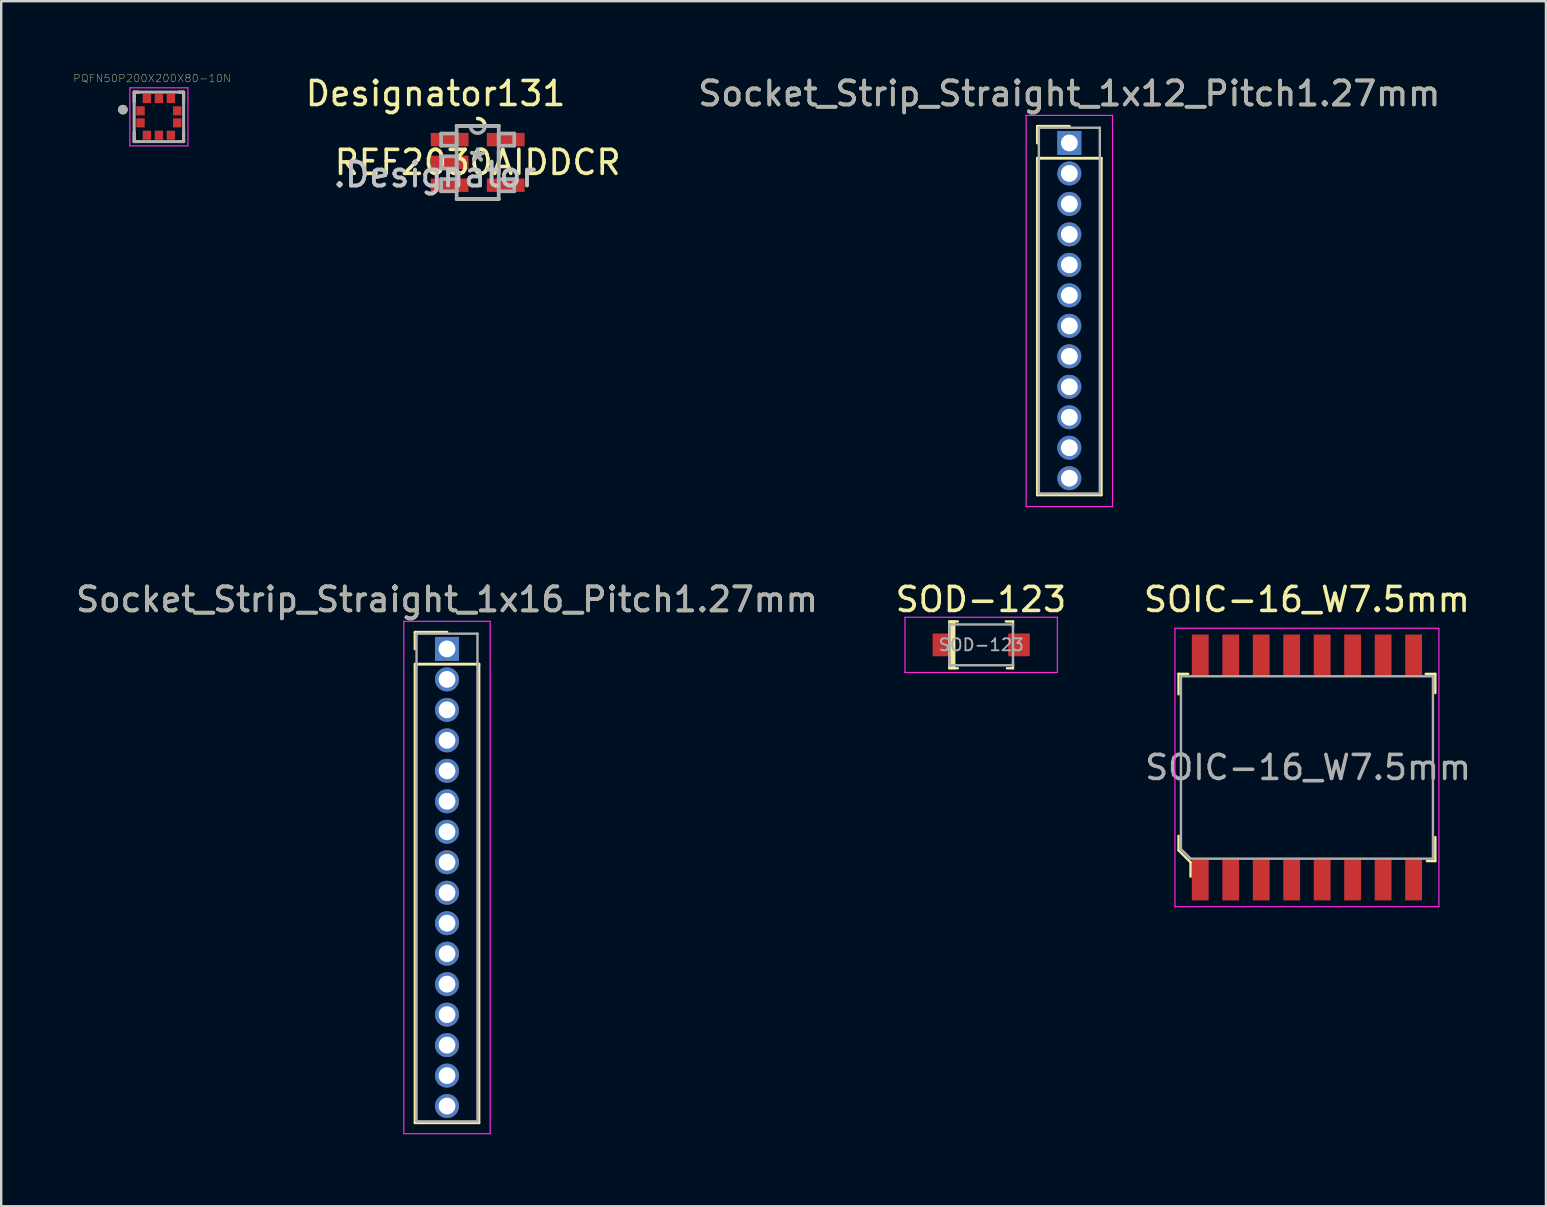
<source format=kicad_pcb>
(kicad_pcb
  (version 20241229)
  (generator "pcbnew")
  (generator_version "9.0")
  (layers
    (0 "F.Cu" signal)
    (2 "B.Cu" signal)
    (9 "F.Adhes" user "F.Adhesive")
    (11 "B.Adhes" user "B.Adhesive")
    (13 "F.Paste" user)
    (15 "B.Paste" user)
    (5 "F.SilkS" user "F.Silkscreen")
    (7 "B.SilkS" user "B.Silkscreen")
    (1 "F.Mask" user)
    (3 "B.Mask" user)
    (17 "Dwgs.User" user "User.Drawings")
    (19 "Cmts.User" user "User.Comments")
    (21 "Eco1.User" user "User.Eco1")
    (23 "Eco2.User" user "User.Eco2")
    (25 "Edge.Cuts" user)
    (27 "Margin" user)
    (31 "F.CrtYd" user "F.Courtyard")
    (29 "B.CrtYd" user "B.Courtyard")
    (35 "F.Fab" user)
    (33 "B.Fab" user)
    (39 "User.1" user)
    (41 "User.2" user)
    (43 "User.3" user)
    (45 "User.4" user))
  (footprint "SOD-123"
    (placed yes)
    (layer "F.Cu")
    (at 37.837 23.822)
    (property "Reference" "SOD-123" (at -0.01 -1.89 0) (layer "F.SilkS") (effects (font (size 1 1) (thickness 0.15))))
    (attr smd)
    (fp_line (start -1.325 -0.975) (end -1.325 0.975) (stroke (width 0.1) (type solid)) (layer "F.SilkS"))
    (fp_line (start -1.225 -0.975) (end -1.225 0.975) (stroke (width 0.1) (type solid)) (layer "F.SilkS"))
    (fp_line (start -1.125 -0.975) (end -1.125 0.975) (stroke (width 0.1) (type solid)) (layer "F.SilkS"))
    (fp_line (start -0.975 -0.975) (end -1.325 -0.975) (stroke (width 0.1) (type solid)) (layer "F.SilkS"))
    (fp_line (start -0.975 0.975) (end -1.325 0.975) (stroke (width 0.1) (type solid)) (layer "F.SilkS"))
    (fp_line (start 1.025 -0.975) (end 1.325 -0.975) (stroke (width 0.1) (type solid)) (layer "F.SilkS"))
    (fp_line (start 1.325 -0.975) (end 1.325 -0.75) (stroke (width 0.1) (type solid)) (layer "F.SilkS"))
    (fp_line (start 1.325 0.725) (end 1.325 0.975) (stroke (width 0.1) (type solid)) (layer "F.SilkS"))
    (fp_line (start 1.325 0.975) (end 1.075 0.975) (stroke (width 0.1) (type solid)) (layer "F.SilkS"))
    (fp_line (start -3.175 1.15) (end -3.175 -1.15) (stroke (width 0.05) (type solid)) (layer "F.CrtYd"))
    (fp_line (start 3.175 -1.15) (end -3.175 -1.15) (stroke (width 0.05) (type solid)) (layer "F.CrtYd"))
    (fp_line (start 3.175 -1.15) (end 3.175 1.15) (stroke (width 0.05) (type solid)) (layer "F.CrtYd"))
    (fp_line (start 3.175 1.15) (end -3.175 1.15) (stroke (width 0.05) (type solid)) (layer "F.CrtYd"))
    (fp_line (start -1.325 -0.85) (end -1.325 0.85) (stroke (width 0.1) (type solid)) (layer "F.Fab"))
    (fp_line (start -1.325 -0.85) (end 1.325 -0.85) (stroke (width 0.1) (type solid)) (layer "F.Fab"))
    (fp_line (start -1.325 0.85) (end 1.325 0.85) (stroke (width 0.1) (type solid)) (layer "F.Fab"))
    (fp_line (start 1.325 -0.85) (end 1.325 0.85) (stroke (width 0.1) (type solid)) (layer "F.Fab"))
    (fp_text user "${REFERENCE}" (at 0 0 0) (layer "F.Fab") (effects (font (size 0.5 0.5) (thickness 0.075))))
    (pad "A" smd rect (at 1.575 0) (size 0.9 0.95) (layers "F.Cu" "F.Mask" "F.Paste"))
    (pad "K" smd rect (at -1.575 0) (size 0.9 0.95) (layers "F.Cu" "F.Mask" "F.Paste")))
  (footprint "PQFN50P200X200X80-10N"
    (layer "F.Cu")
    (at 3.571 1.819)
    (property "Reference" "PQFN50P200X200X80-10N" (at -0.284 -1.605 0) (layer "F.SilkS") (effects (font (size 0.32 0.32) (thickness 0.015))))
    (attr through_hole)
    (fp_line (start -1.03 -1.03) (end -0.85 -1.03) (stroke (width 0.127) (type solid)) (layer "F.SilkS"))
    (fp_line (start -1.03 -0.63) (end -1.03 -1.03) (stroke (width 0.127) (type solid)) (layer "F.SilkS"))
    (fp_line (start -1.03 1.03) (end -1.03 0.63) (stroke (width 0.127) (type solid)) (layer "F.SilkS"))
    (fp_line (start -0.85 1.03) (end -1.03 1.03) (stroke (width 0.127) (type solid)) (layer "F.SilkS"))
    (fp_line (start 0.85 -1.03) (end 1.03 -1.03) (stroke (width 0.127) (type solid)) (layer "F.SilkS"))
    (fp_line (start 0.85 1.03) (end 1.03 1.03) (stroke (width 0.127) (type solid)) (layer "F.SilkS"))
    (fp_line (start 1.03 -1.03) (end 1.03 -0.63) (stroke (width 0.127) (type solid)) (layer "F.SilkS"))
    (fp_line (start 1.03 1.03) (end 1.03 0.63) (stroke (width 0.127) (type solid)) (layer "F.SilkS"))
    (fp_circle (center -1.5 -0.3) (end -1.4 -0.3) (stroke (width 0.2) (type solid)) (fill no) (layer "F.SilkS"))
    (fp_line (start -1.21 -1.21) (end 1.21 -1.21) (stroke (width 0.05) (type solid)) (layer "F.CrtYd"))
    (fp_line (start -1.21 1.21) (end -1.21 -1.21) (stroke (width 0.05) (type solid)) (layer "F.CrtYd"))
    (fp_line (start 1.21 -1.21) (end 1.21 1.21) (stroke (width 0.05) (type solid)) (layer "F.CrtYd"))
    (fp_line (start 1.21 1.21) (end -1.21 1.21) (stroke (width 0.05) (type solid)) (layer "F.CrtYd"))
    (fp_line (start -1.03 -1.03) (end 1.03 -1.03) (stroke (width 0.127) (type solid)) (layer "F.Fab"))
    (fp_line (start -1.03 1.03) (end -1.03 -1.03) (stroke (width 0.127) (type solid)) (layer "F.Fab"))
    (fp_line (start 1.03 -1.03) (end 1.03 1.03) (stroke (width 0.127) (type solid)) (layer "F.Fab"))
    (fp_line (start 1.03 1.03) (end -1.03 1.03) (stroke (width 0.127) (type solid)) (layer "F.Fab"))
    (fp_circle (center -1.5 -0.3) (end -1.4 -0.3) (stroke (width 0.2) (type solid)) (fill no) (layer "F.Fab"))
    (pad "1" smd rect (at -0.765 -0.25) (size 0.35 0.38) (layers "F.Cu" "F.Mask" "F.Paste"))
    (pad "2" smd rect (at -0.765 0.25) (size 0.35 0.38) (layers "F.Cu" "F.Mask" "F.Paste"))
    (pad "3" smd rect (at -0.5 0.765) (size 0.35 0.38) (layers "F.Cu" "F.Mask" "F.Paste"))
    (pad "4" smd rect (at 0 0.765) (size 0.35 0.38) (layers "F.Cu" "F.Mask" "F.Paste"))
    (pad "5" smd rect (at 0.5 0.765) (size 0.35 0.38) (layers "F.Cu" "F.Mask" "F.Paste"))
    (pad "6" smd rect (at 0.765 0.25) (size 0.35 0.38) (layers "F.Cu" "F.Mask" "F.Paste"))
    (pad "7" smd rect (at 0.765 -0.25) (size 0.35 0.38) (layers "F.Cu" "F.Mask" "F.Paste"))
    (pad "8" smd rect (at 0.5 -0.765) (size 0.35 0.38) (layers "F.Cu" "F.Mask" "F.Paste"))
    (pad "9" smd rect (at 0 -0.765) (size 0.35 0.38) (layers "F.Cu" "F.Mask" "F.Paste"))
    (pad "10" smd rect (at -0.5 -0.765) (size 0.35 0.38) (layers "F.Cu" "F.Mask" "F.Paste")))
  (footprint "REF2030AIDDCR"
    (layer "F.Cu")
    (at 16.855 3.718)
    (property "Reference" "REF2030AIDDCR" (at 0 0 0) (layer "F.SilkS") (effects (font (size 1 1) (thickness 0.15))))
    (attr through_hole)
    (fp_line (start -0.876 -1.524) (end 0.876 -1.524) (stroke (width 0.152) (type solid)) (layer "F.SilkS"))
    (fp_line (start -0.876 1.524) (end 0.876 1.524) (stroke (width 0.152) (type solid)) (layer "F.SilkS"))
    (fp_line (start 0.876 0.465) (end 0.876 -0.465) (stroke (width 0.152) (type solid)) (layer "F.SilkS"))
    (fp_arc (start 0 -1.8288) (mid 0.181329 -1.768995) (end 0.291502 -1.61305) (stroke (width 0.1524) (type solid)) (layer "F.SilkS"))
    (fp_line (start -1.524 -1.204) (end -0.876 -1.204) (stroke (width 0.152) (type solid)) (layer "F.Fab"))
    (fp_line (start -1.524 -0.696) (end -1.524 -1.204) (stroke (width 0.152) (type solid)) (layer "F.Fab"))
    (fp_line (start -1.524 -0.696) (end -0.876 -0.696) (stroke (width 0.152) (type solid)) (layer "F.Fab"))
    (fp_line (start -1.524 -0.254) (end -0.876 -0.254) (stroke (width 0.152) (type solid)) (layer "F.Fab"))
    (fp_line (start -1.524 0.254) (end -1.524 -0.254) (stroke (width 0.152) (type solid)) (layer "F.Fab"))
    (fp_line (start -1.524 0.254) (end -0.876 0.254) (stroke (width 0.152) (type solid)) (layer "F.Fab"))
    (fp_line (start -1.524 0.696) (end -0.876 0.696) (stroke (width 0.152) (type solid)) (layer "F.Fab"))
    (fp_line (start -1.524 1.204) (end -1.524 0.696) (stroke (width 0.152) (type solid)) (layer "F.Fab"))
    (fp_line (start -1.524 1.204) (end -0.876 1.204) (stroke (width 0.152) (type solid)) (layer "F.Fab"))
    (fp_line (start -0.876 -1.524) (end 0.876 -1.524) (stroke (width 0.152) (type solid)) (layer "F.Fab"))
    (fp_line (start -0.876 -0.696) (end -0.876 -1.204) (stroke (width 0.152) (type solid)) (layer "F.Fab"))
    (fp_line (start -0.876 0.254) (end -0.876 -0.254) (stroke (width 0.152) (type solid)) (layer "F.Fab"))
    (fp_line (start -0.876 1.204) (end -0.876 0.696) (stroke (width 0.152) (type solid)) (layer "F.Fab"))
    (fp_line (start -0.876 1.524) (end -0.876 -1.524) (stroke (width 0.152) (type solid)) (layer "F.Fab"))
    (fp_line (start -0.876 1.524) (end 0.876 1.524) (stroke (width 0.152) (type solid)) (layer "F.Fab"))
    (fp_line (start 0.876 -1.204) (end 1.524 -1.204) (stroke (width 0.152) (type solid)) (layer "F.Fab"))
    (fp_line (start 0.876 -0.696) (end 0.876 -1.204) (stroke (width 0.152) (type solid)) (layer "F.Fab"))
    (fp_line (start 0.876 -0.696) (end 1.524 -0.696) (stroke (width 0.152) (type solid)) (layer "F.Fab"))
    (fp_line (start 0.876 0.696) (end 1.524 0.696) (stroke (width 0.152) (type solid)) (layer "F.Fab"))
    (fp_line (start 0.876 1.204) (end 0.876 0.696) (stroke (width 0.152) (type solid)) (layer "F.Fab"))
    (fp_line (start 0.876 1.204) (end 1.524 1.204) (stroke (width 0.152) (type solid)) (layer "F.Fab"))
    (fp_line (start 0.876 1.524) (end 0.876 -1.524) (stroke (width 0.152) (type solid)) (layer "F.Fab"))
    (fp_line (start 1.524 -0.696) (end 1.524 -1.204) (stroke (width 0.152) (type solid)) (layer "F.Fab"))
    (fp_line (start 1.524 1.204) (end 1.524 0.696) (stroke (width 0.152) (type solid)) (layer "F.Fab"))
    (fp_arc (start 0.3048 -1.524) (mid 0 -1.2192) (end -0.3048 -1.524) (stroke (width 0.1524) (type solid)) (layer "F.Fab"))
    (fp_text user "Designator131" (at -1.753 -2.87 0) (layer "F.SilkS") (effects (font (size 1 1) (thickness 0.15))))
    (fp_text user "*" (at 0 0 0) (layer "F.SilkS") (effects (font (size 1 1) (thickness 0.15))))
    (fp_text user ".Designator" (at -1.778 0.508 0) (layer "Dwgs.User") (effects (font (size 1 1) (thickness 0.15))))
    (fp_text user "Copyright 2016 Accelerated Designs. All rights reserved." (at 0 0 0) (layer "Cmts.User") (effects (font (size 0.127 0.127) (thickness 0.002))))
    (fp_text user ".Designator" (at -1.778 0.508 0) (layer "F.Fab") (effects (font (size 1 1) (thickness 0.15))))
    (fp_text user "*" (at 0 0 0) (layer "F.Fab") (effects (font (size 1 1) (thickness 0.15))))
    (pad "1" smd rect (at -1.168 -0.95) (size 1.575 0.559) (layers "F.Cu" "F.Mask" "F.Paste"))
    (pad "2" smd rect (at -1.168 0) (size 1.575 0.559) (layers "F.Cu" "F.Mask" "F.Paste"))
    (pad "3" smd rect (at -1.168 0.95) (size 1.575 0.559) (layers "F.Cu" "F.Mask" "F.Paste"))
    (pad "4" smd rect (at 1.168 0.95) (size 1.575 0.559) (layers "F.Cu" "F.Mask" "F.Paste"))
    (pad "5" smd rect (at 1.168 -0.95) (size 1.575 0.559) (layers "F.Cu" "F.Mask" "F.Paste")))
  (footprint "SOIC-16_W7.5mm"
    (placed yes)
    (layer "F.Cu")
    (at 51.411 28.931)
    (property "Reference" "SOIC-16_W7.5mm" (at 0 -7 180) (layer "F.SilkS") (effects (font (size 1 1) (thickness 0.15))))
    (attr smd)
    (fp_line (start -5.35 -3.9) (end -5.35 -3.05) (stroke (width 0.1) (type solid)) (layer "F.SilkS"))
    (fp_line (start -5.35 2.85) (end -5.35 3.45) (stroke (width 0.1) (type solid)) (layer "F.SilkS"))
    (fp_line (start -5.35 3.45) (end -4.85 3.95) (stroke (width 0.1) (type solid)) (layer "F.SilkS"))
    (fp_line (start -4.95 -3.9) (end -5.35 -3.9) (stroke (width 0.1) (type solid)) (layer "F.SilkS"))
    (fp_line (start -4.85 3.95) (end -4.85 4.55) (stroke (width 0.1) (type solid)) (layer "F.SilkS"))
    (fp_line (start 4.95 -3.9) (end 5.35 -3.9) (stroke (width 0.1) (type solid)) (layer "F.SilkS"))
    (fp_line (start 5 3.9) (end 5.35 3.9) (stroke (width 0.1) (type solid)) (layer "F.SilkS"))
    (fp_line (start 5.35 -3.9) (end 5.35 -3.1) (stroke (width 0.1) (type solid)) (layer "F.SilkS"))
    (fp_line (start 5.35 3.9) (end 5.35 2.9) (stroke (width 0.1) (type solid)) (layer "F.SilkS"))
    (fp_line (start -5.5 -5.8) (end -5.5 5.8) (stroke (width 0.05) (type solid)) (layer "F.CrtYd"))
    (fp_line (start -5.5 -5.8) (end 5.5 -5.8) (stroke (width 0.05) (type solid)) (layer "F.CrtYd"))
    (fp_line (start 5.5 -5.8) (end 5.5 5.8) (stroke (width 0.05) (type solid)) (layer "F.CrtYd"))
    (fp_line (start 5.5 5.8) (end -5.5 5.8) (stroke (width 0.05) (type solid)) (layer "F.CrtYd"))
    (fp_line (start -5.25 -3.8) (end -5.25 3.4) (stroke (width 0.1) (type solid)) (layer "F.Fab"))
    (fp_line (start -5.25 -3.8) (end 5.25 -3.8) (stroke (width 0.1) (type solid)) (layer "F.Fab"))
    (fp_line (start -4.85 3.8) (end -5.25 3.4) (stroke (width 0.1) (type solid)) (layer "F.Fab"))
    (fp_line (start -4.85 3.8) (end 5.25 3.8) (stroke (width 0.1) (type solid)) (layer "F.Fab"))
    (fp_line (start 5.25 -3.8) (end 5.25 3.8) (stroke (width 0.1) (type solid)) (layer "F.Fab"))
    (fp_text user "${REFERENCE}" (at 0.05 0 180) (layer "F.Fab") (effects (font (size 1 1) (thickness 0.15))))
    (pad "1" smd rect (at -4.445 4.69) (size 0.7 1.7) (layers "F.Cu" "F.Mask" "F.Paste"))
    (pad "2" smd rect (at -3.175 4.69) (size 0.7 1.7) (layers "F.Cu" "F.Mask" "F.Paste"))
    (pad "3" smd rect (at -1.905 4.69) (size 0.7 1.7) (layers "F.Cu" "F.Mask" "F.Paste"))
    (pad "4" smd rect (at -0.635 4.69) (size 0.7 1.7) (layers "F.Cu" "F.Mask" "F.Paste"))
    (pad "5" smd rect (at 0.635 4.69) (size 0.7 1.7) (layers "F.Cu" "F.Mask" "F.Paste"))
    (pad "6" smd rect (at 1.905 4.69) (size 0.7 1.7) (layers "F.Cu" "F.Mask" "F.Paste"))
    (pad "7" smd rect (at 3.175 4.69) (size 0.7 1.7) (layers "F.Cu" "F.Mask" "F.Paste"))
    (pad "8" smd rect (at 4.445 4.69) (size 0.7 1.7) (layers "F.Cu" "F.Mask" "F.Paste"))
    (pad "9" smd rect (at 4.445 -4.69) (size 0.7 1.7) (layers "F.Cu" "F.Mask" "F.Paste"))
    (pad "10" smd rect (at 3.175 -4.69) (size 0.7 1.7) (layers "F.Cu" "F.Mask" "F.Paste"))
    (pad "11" smd rect (at 1.905 -4.69) (size 0.7 1.7) (layers "F.Cu" "F.Mask" "F.Paste"))
    (pad "12" smd rect (at 0.635 -4.69) (size 0.7 1.7) (layers "F.Cu" "F.Mask" "F.Paste"))
    (pad "13" smd rect (at -0.635 -4.69) (size 0.7 1.7) (layers "F.Cu" "F.Mask" "F.Paste"))
    (pad "14" smd rect (at -1.905 -4.69) (size 0.7 1.7) (layers "F.Cu" "F.Mask" "F.Paste"))
    (pad "15" smd rect (at -3.175 -4.69) (size 0.7 1.7) (layers "F.Cu" "F.Mask" "F.Paste"))
    (pad "16" smd rect (at -4.445 -4.69) (size 0.7 1.7) (layers "F.Cu" "F.Mask" "F.Paste")))
  (footprint "Socket_Strip_Straight_1x12_Pitch1.27mm"
    (placed yes)
    (layer "F.Cu")
    (at 41.51 2.908)
    (property "Reference" "Socket_Strip_Straight_1x12_Pitch1.27mm" (at 0 -2.06 180) (layer "F.SilkS") (effects (font (size 1 1) (thickness 0.15))))
    (attr through_hole)
    (fp_line (start -1.33 -0.695) (end 0 -0.695) (stroke (width 0.12) (type solid)) (layer "F.SilkS"))
    (fp_line (start -1.33 0) (end -1.33 -0.695) (stroke (width 0.12) (type solid)) (layer "F.SilkS"))
    (fp_line (start -1.33 0.635) (end -1.33 14.665) (stroke (width 0.12) (type solid)) (layer "F.SilkS"))
    (fp_line (start -1.33 14.665) (end 1.33 14.665) (stroke (width 0.12) (type solid)) (layer "F.SilkS"))
    (fp_line (start 1.33 0.635) (end -1.33 0.635) (stroke (width 0.12) (type solid)) (layer "F.SilkS"))
    (fp_line (start 1.33 14.665) (end 1.33 0.635) (stroke (width 0.12) (type solid)) (layer "F.SilkS"))
    (fp_line (start -1.8 -1.15) (end -1.8 15.15) (stroke (width 0.05) (type solid)) (layer "F.CrtYd"))
    (fp_line (start -1.8 15.15) (end 1.8 15.15) (stroke (width 0.05) (type solid)) (layer "F.CrtYd"))
    (fp_line (start 1.8 -1.15) (end -1.8 -1.15) (stroke (width 0.05) (type solid)) (layer "F.CrtYd"))
    (fp_line (start 1.8 15.15) (end 1.8 -1.15) (stroke (width 0.05) (type solid)) (layer "F.CrtYd"))
    (fp_line (start -1.27 -0.635) (end -1.27 14.605) (stroke (width 0.1) (type solid)) (layer "F.Fab"))
    (fp_line (start -1.27 14.605) (end 1.27 14.605) (stroke (width 0.1) (type solid)) (layer "F.Fab"))
    (fp_line (start 1.27 -0.635) (end -1.27 -0.635) (stroke (width 0.1) (type solid)) (layer "F.Fab"))
    (fp_line (start 1.27 14.605) (end 1.27 -0.635) (stroke (width 0.1) (type solid)) (layer "F.Fab"))
    (fp_text user "${REFERENCE}" (at 0 -2.06 180) (layer "F.Fab") (effects (font (size 1 1) (thickness 0.15))))
    (pad "1" thru_hole rect (at 0 0) (size 1 1) (drill 0.7) (layers "*.Cu" "*.Mask"))
    (pad "2" thru_hole oval (at 0 1.27) (size 1 1) (drill 0.7) (layers "*.Cu" "*.Mask"))
    (pad "3" thru_hole oval (at 0 2.54) (size 1 1) (drill 0.7) (layers "*.Cu" "*.Mask"))
    (pad "4" thru_hole oval (at 0 3.81) (size 1 1) (drill 0.7) (layers "*.Cu" "*.Mask"))
    (pad "5" thru_hole oval (at 0 5.08) (size 1 1) (drill 0.7) (layers "*.Cu" "*.Mask"))
    (pad "6" thru_hole oval (at 0 6.35) (size 1 1) (drill 0.7) (layers "*.Cu" "*.Mask"))
    (pad "7" thru_hole oval (at 0 7.62) (size 1 1) (drill 0.7) (layers "*.Cu" "*.Mask"))
    (pad "8" thru_hole oval (at 0 8.89) (size 1 1) (drill 0.7) (layers "*.Cu" "*.Mask"))
    (pad "9" thru_hole oval (at 0 10.16) (size 1 1) (drill 0.7) (layers "*.Cu" "*.Mask"))
    (pad "10" thru_hole oval (at 0 11.43) (size 1 1) (drill 0.7) (layers "*.Cu" "*.Mask"))
    (pad "11" thru_hole oval (at 0 12.7) (size 1 1) (drill 0.7) (layers "*.Cu" "*.Mask"))
    (pad "12" thru_hole oval (at 0 13.97) (size 1 1) (drill 0.7) (layers "*.Cu" "*.Mask")))
  (footprint "Socket_Strip_Straight_1x16_Pitch1.27mm"
    (placed yes)
    (layer "F.Cu")
    (at 15.577 23.991)
    (property "Reference" "Socket_Strip_Straight_1x16_Pitch1.27mm" (at 0 -2.06 180) (layer "F.SilkS") (effects (font (size 1 1) (thickness 0.15))))
    (attr through_hole)
    (fp_line (start -1.33 -0.695) (end 0 -0.695) (stroke (width 0.12) (type solid)) (layer "F.SilkS"))
    (fp_line (start -1.33 0) (end -1.33 -0.695) (stroke (width 0.12) (type solid)) (layer "F.SilkS"))
    (fp_line (start -1.33 0.635) (end -1.33 19.745) (stroke (width 0.12) (type solid)) (layer "F.SilkS"))
    (fp_line (start -1.33 19.745) (end 1.33 19.745) (stroke (width 0.12) (type solid)) (layer "F.SilkS"))
    (fp_line (start 1.33 0.635) (end -1.33 0.635) (stroke (width 0.12) (type solid)) (layer "F.SilkS"))
    (fp_line (start 1.33 19.745) (end 1.33 0.635) (stroke (width 0.12) (type solid)) (layer "F.SilkS"))
    (fp_line (start -1.8 -1.15) (end -1.8 20.2) (stroke (width 0.05) (type solid)) (layer "F.CrtYd"))
    (fp_line (start -1.8 20.2) (end 1.8 20.2) (stroke (width 0.05) (type solid)) (layer "F.CrtYd"))
    (fp_line (start 1.8 -1.15) (end -1.8 -1.15) (stroke (width 0.05) (type solid)) (layer "F.CrtYd"))
    (fp_line (start 1.8 20.2) (end 1.8 -1.15) (stroke (width 0.05) (type solid)) (layer "F.CrtYd"))
    (fp_line (start -1.27 -0.635) (end -1.27 19.685) (stroke (width 0.1) (type solid)) (layer "F.Fab"))
    (fp_line (start -1.27 19.685) (end 1.27 19.685) (stroke (width 0.1) (type solid)) (layer "F.Fab"))
    (fp_line (start 1.27 -0.635) (end -1.27 -0.635) (stroke (width 0.1) (type solid)) (layer "F.Fab"))
    (fp_line (start 1.27 19.685) (end 1.27 -0.635) (stroke (width 0.1) (type solid)) (layer "F.Fab"))
    (fp_text user "${REFERENCE}" (at 0 -2.06 180) (layer "F.Fab") (effects (font (size 1 1) (thickness 0.15))))
    (pad "1" thru_hole rect (at 0 0) (size 1 1) (drill 0.7) (layers "*.Cu" "*.Mask"))
    (pad "2" thru_hole oval (at 0 1.27) (size 1 1) (drill 0.7) (layers "*.Cu" "*.Mask"))
    (pad "3" thru_hole oval (at 0 2.54) (size 1 1) (drill 0.7) (layers "*.Cu" "*.Mask"))
    (pad "4" thru_hole oval (at 0 3.81) (size 1 1) (drill 0.7) (layers "*.Cu" "*.Mask"))
    (pad "5" thru_hole oval (at 0 5.08) (size 1 1) (drill 0.7) (layers "*.Cu" "*.Mask"))
    (pad "6" thru_hole oval (at 0 6.35) (size 1 1) (drill 0.7) (layers "*.Cu" "*.Mask"))
    (pad "7" thru_hole oval (at 0 7.62) (size 1 1) (drill 0.7) (layers "*.Cu" "*.Mask"))
    (pad "8" thru_hole oval (at 0 8.89) (size 1 1) (drill 0.7) (layers "*.Cu" "*.Mask"))
    (pad "9" thru_hole oval (at 0 10.16) (size 1 1) (drill 0.7) (layers "*.Cu" "*.Mask"))
    (pad "10" thru_hole oval (at 0 11.43) (size 1 1) (drill 0.7) (layers "*.Cu" "*.Mask"))
    (pad "11" thru_hole oval (at 0 12.7) (size 1 1) (drill 0.7) (layers "*.Cu" "*.Mask"))
    (pad "12" thru_hole oval (at 0 13.97) (size 1 1) (drill 0.7) (layers "*.Cu" "*.Mask"))
    (pad "13" thru_hole oval (at 0 15.24) (size 1 1) (drill 0.7) (layers "*.Cu" "*.Mask"))
    (pad "14" thru_hole oval (at 0 16.51) (size 1 1) (drill 0.7) (layers "*.Cu" "*.Mask"))
    (pad "15" thru_hole oval (at 0 17.78) (size 1 1) (drill 0.7) (layers "*.Cu" "*.Mask"))
    (pad "16" thru_hole oval (at 0 19.05) (size 1 1) (drill 0.7) (layers "*.Cu" "*.Mask")))
  (gr_rect
    (start -3 -3)
    (end 61.371 47.217)
    (stroke (width 0.1) (type default))
    (fill no)
    (layer "Edge.Cuts")))
</source>
